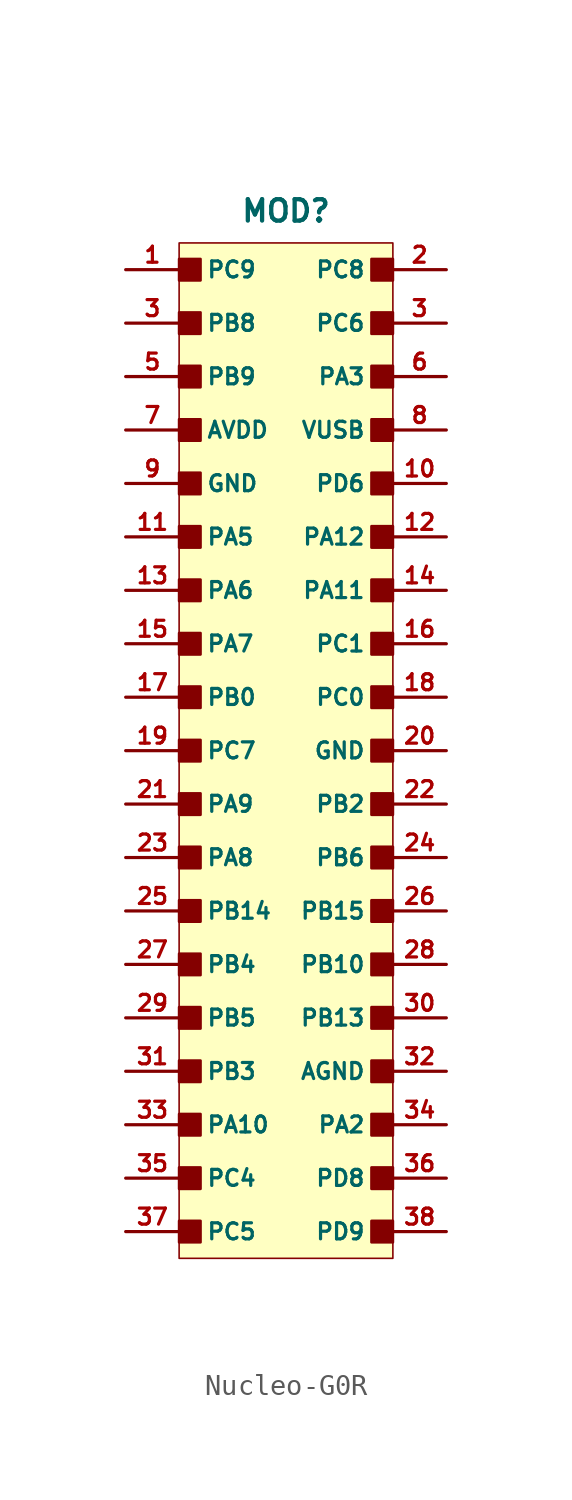
<source format=kicad_sym>
(kicad_symbol_lib
  (version 20220914)
  (generator kicad_symbol_editor)
  (symbol "Nucleo-G0R"
    (pin_names
      (offset 1.27))
    (property "Reference" "MOD"
      (at 0 23.114 0)
      (effects (font (size 1.016 1.016) bold)))
    (symbol "Nucleo-G0R_0_1"
      (rectangle (start -5.08 -24.892) (end -4.064 -25.908) (stroke (width 0.127) (type solid)) (fill (type outline)))
      (rectangle (start -5.08 -22.352) (end -4.064 -23.368) (stroke (width 0.127) (type solid)) (fill (type outline)))
      (rectangle (start -5.08 -19.812) (end -4.064 -20.828) (stroke (width 0.127) (type solid)) (fill (type outline)))
      (rectangle (start -5.08 -17.272) (end -4.064 -18.288) (stroke (width 0.127) (type solid)) (fill (type outline)))
      (rectangle (start -5.08 -14.732) (end -4.064 -15.748) (stroke (width 0.127) (type solid)) (fill (type outline)))
      (rectangle (start -5.08 -12.192) (end -4.064 -13.208) (stroke (width 0.127) (type solid)) (fill (type outline)))
      (rectangle (start -5.08 -9.652) (end -4.064 -10.668) (stroke (width 0.127) (type solid)) (fill (type outline)))
      (rectangle (start -5.08 -7.112) (end -4.064 -8.128) (stroke (width 0.127) (type solid)) (fill (type outline)))
      (rectangle (start -5.08 -4.572) (end -4.064 -5.588) (stroke (width 0.127) (type solid)) (fill (type outline)))
      (rectangle (start -5.08 -2.032) (end -4.064 -3.048) (stroke (width 0.127) (type solid)) (fill (type outline)))
      (rectangle (start -5.08 0.508) (end -4.064 -0.508) (stroke (width 0.127) (type solid)) (fill (type outline)))
      (rectangle (start -5.08 3.048) (end -4.064 2.032) (stroke (width 0.127) (type solid)) (fill (type outline)))
      (rectangle (start -5.08 5.588) (end -4.064 4.572) (stroke (width 0.127) (type solid)) (fill (type outline)))
      (rectangle (start -5.08 8.128) (end -4.064 7.112) (stroke (width 0.127) (type solid)) (fill (type outline)))
      (rectangle (start -5.08 10.668) (end -4.064 9.652) (stroke (width 0.127) (type solid)) (fill (type outline)))
      (rectangle (start -5.08 13.208) (end -4.064 12.192) (stroke (width 0.127) (type solid)) (fill (type outline)))
      (rectangle (start -5.08 15.748) (end -4.064 14.732) (stroke (width 0.127) (type solid)) (fill (type outline)))
      (rectangle (start -5.08 18.288) (end -4.064 17.272) (stroke (width 0.127) (type solid)) (fill (type outline)))
      (rectangle (start -5.08 20.828) (end -4.064 19.812) (stroke (width 0.127) (type solid)) (fill (type outline)))
      (rectangle (start -5.08 21.59) (end 5.08 -26.67) (stroke (width 0.076) (type solid)) (fill (type background)))
      (rectangle (start 4.064 -24.892) (end 5.08 -25.908) (stroke (width 0.127) (type solid)) (fill (type outline)))
      (rectangle (start 4.064 -22.352) (end 5.08 -23.368) (stroke (width 0.127) (type solid)) (fill (type outline)))
      (rectangle (start 4.064 -19.812) (end 5.08 -20.828) (stroke (width 0.127) (type solid)) (fill (type outline)))
      (rectangle (start 4.064 -17.272) (end 5.08 -18.288) (stroke (width 0.127) (type solid)) (fill (type outline)))
      (rectangle (start 4.064 -14.732) (end 5.08 -15.748) (stroke (width 0.127) (type solid)) (fill (type outline)))
      (rectangle (start 4.064 -12.192) (end 5.08 -13.208) (stroke (width 0.127) (type solid)) (fill (type outline)))
      (rectangle (start 4.064 -9.652) (end 5.08 -10.668) (stroke (width 0.127) (type solid)) (fill (type outline)))
      (rectangle (start 4.064 -7.112) (end 5.08 -8.128) (stroke (width 0.127) (type solid)) (fill (type outline)))
      (rectangle (start 4.064 -4.572) (end 5.08 -5.588) (stroke (width 0.127) (type solid)) (fill (type outline)))
      (rectangle (start 4.064 -2.032) (end 5.08 -3.048) (stroke (width 0.127) (type solid)) (fill (type outline)))
      (rectangle (start 4.064 0.508) (end 5.08 -0.508) (stroke (width 0.127) (type solid)) (fill (type outline)))
      (rectangle (start 4.064 3.048) (end 5.08 2.032) (stroke (width 0.127) (type solid)) (fill (type outline)))
      (rectangle (start 4.064 5.588) (end 5.08 4.572) (stroke (width 0.127) (type solid)) (fill (type outline)))
      (rectangle (start 4.064 8.128) (end 5.08 7.112) (stroke (width 0.127) (type solid)) (fill (type outline)))
      (rectangle (start 4.064 10.668) (end 5.08 9.652) (stroke (width 0.127) (type solid)) (fill (type outline)))
      (rectangle (start 4.064 13.208) (end 5.08 12.192) (stroke (width 0.127) (type solid)) (fill (type outline)))
      (rectangle (start 4.064 15.748) (end 5.08 14.732) (stroke (width 0.127) (type solid)) (fill (type outline)))
      (rectangle (start 4.064 18.288) (end 5.08 17.272) (stroke (width 0.127) (type solid)) (fill (type outline)))
      (rectangle (start 4.064 20.828) (end 5.08 19.812) (stroke (width 0.127) (type solid)) (fill (type outline))))
    (symbol "Nucleo-G0R_1_1"
      (pin passive line (at -7.62 20.32 0) (length 2.54) (name "PC9" (effects (font (size 0.762 0.762)))) (number "1" (effects (font (size 0.762 0.762)))))
      (pin passive line (at 7.62 10.16 180) (length 2.54) (name "PD6" (effects (font (size 0.762 0.762)))) (number "10" (effects (font (size 0.762 0.762)))))
      (pin passive line (at -7.62 7.62 0) (length 2.54) (name "PA5" (effects (font (size 0.762 0.762)))) (number "11" (effects (font (size 0.762 0.762)))))
      (pin passive line (at 7.62 7.62 180) (length 2.54) (name "PA12" (effects (font (size 0.762 0.762)))) (number "12" (effects (font (size 0.762 0.762)))))
      (pin passive line (at -7.62 5.08 0) (length 2.54) (name "PA6" (effects (font (size 0.762 0.762)))) (number "13" (effects (font (size 0.762 0.762)))))
      (pin passive line (at 7.62 5.08 180) (length 2.54) (name "PA11" (effects (font (size 0.762 0.762)))) (number "14" (effects (font (size 0.762 0.762)))))
      (pin passive line (at -7.62 2.54 0) (length 2.54) (name "PA7" (effects (font (size 0.762 0.762)))) (number "15" (effects (font (size 0.762 0.762)))))
      (pin passive line (at 7.62 2.54 180) (length 2.54) (name "PC1" (effects (font (size 0.762 0.762)))) (number "16" (effects (font (size 0.762 0.762)))))
      (pin passive line (at -7.62 0 0) (length 2.54) (name "PB0" (effects (font (size 0.762 0.762)))) (number "17" (effects (font (size 0.762 0.762)))))
      (pin passive line (at 7.62 0 180) (length 2.54) (name "PC0" (effects (font (size 0.762 0.762)))) (number "18" (effects (font (size 0.762 0.762)))))
      (pin passive line (at -7.62 -2.54 0) (length 2.54) (name "PC7" (effects (font (size 0.762 0.762)))) (number "19" (effects (font (size 0.762 0.762)))))
      (pin passive line (at 7.62 20.32 180) (length 2.54) (name "PC8" (effects (font (size 0.762 0.762)))) (number "2" (effects (font (size 0.762 0.762)))))
      (pin passive line (at 7.62 -2.54 180) (length 2.54) (name "GND" (effects (font (size 0.762 0.762)))) (number "20" (effects (font (size 0.762 0.762)))))
      (pin passive line (at -7.62 -5.08 0) (length 2.54) (name "PA9" (effects (font (size 0.762 0.762)))) (number "21" (effects (font (size 0.762 0.762)))))
      (pin passive line (at 7.62 -5.08 180) (length 2.54) (name "PB2" (effects (font (size 0.762 0.762)))) (number "22" (effects (font (size 0.762 0.762)))))
      (pin passive line (at -7.62 -7.62 0) (length 2.54) (name "PA8" (effects (font (size 0.762 0.762)))) (number "23" (effects (font (size 0.762 0.762)))))
      (pin passive line (at 7.62 -7.62 180) (length 2.54) (name "PB6" (effects (font (size 0.762 0.762)))) (number "24" (effects (font (size 0.762 0.762)))))
      (pin passive line (at -7.62 -10.16 0) (length 2.54) (name "PB14" (effects (font (size 0.762 0.762)))) (number "25" (effects (font (size 0.762 0.762)))))
      (pin passive line (at 7.62 -10.16 180) (length 2.54) (name "PB15" (effects (font (size 0.762 0.762)))) (number "26" (effects (font (size 0.762 0.762)))))
      (pin passive line (at -7.62 -12.7 0) (length 2.54) (name "PB4" (effects (font (size 0.762 0.762)))) (number "27" (effects (font (size 0.762 0.762)))))
      (pin passive line (at 7.62 -12.7 180) (length 2.54) (name "PB10" (effects (font (size 0.762 0.762)))) (number "28" (effects (font (size 0.762 0.762)))))
      (pin passive line (at -7.62 -15.24 0) (length 2.54) (name "PB5" (effects (font (size 0.762 0.762)))) (number "29" (effects (font (size 0.762 0.762)))))
      (pin passive line (at -7.62 17.78 0) (length 2.54) (name "PB8" (effects (font (size 0.762 0.762)))) (number "3" (effects (font (size 0.762 0.762)))))
      (pin passive line (at 7.62 17.78 180) (length 2.54) (name "PC6" (effects (font (size 0.762 0.762)))) (number "3" (effects (font (size 0.762 0.762)))))
      (pin passive line (at 7.62 -15.24 180) (length 2.54) (name "PB13" (effects (font (size 0.762 0.762)))) (number "30" (effects (font (size 0.762 0.762)))))
      (pin passive line (at -7.62 -17.78 0) (length 2.54) (name "PB3" (effects (font (size 0.762 0.762)))) (number "31" (effects (font (size 0.762 0.762)))))
      (pin passive line (at 7.62 -17.78 180) (length 2.54) (name "AGND" (effects (font (size 0.762 0.762)))) (number "32" (effects (font (size 0.762 0.762)))))
      (pin passive line (at -7.62 -20.32 0) (length 2.54) (name "PA10" (effects (font (size 0.762 0.762)))) (number "33" (effects (font (size 0.762 0.762)))))
      (pin passive line (at 7.62 -20.32 180) (length 2.54) (name "PA2" (effects (font (size 0.762 0.762)))) (number "34" (effects (font (size 0.762 0.762)))))
      (pin passive line (at -7.62 -22.86 0) (length 2.54) (name "PC4" (effects (font (size 0.762 0.762)))) (number "35" (effects (font (size 0.762 0.762)))))
      (pin passive line (at 7.62 -22.86 180) (length 2.54) (name "PD8" (effects (font (size 0.762 0.762)))) (number "36" (effects (font (size 0.762 0.762)))))
      (pin passive line (at -7.62 -25.4 0) (length 2.54) (name "PC5" (effects (font (size 0.762 0.762)))) (number "37" (effects (font (size 0.762 0.762)))))
      (pin passive line (at 7.62 -25.4 180) (length 2.54) (name "PD9" (effects (font (size 0.762 0.762)))) (number "38" (effects (font (size 0.762 0.762)))))
      (pin passive line (at -7.62 15.24 0) (length 2.54) (name "PB9" (effects (font (size 0.762 0.762)))) (number "5" (effects (font (size 0.762 0.762)))))
      (pin passive line (at 7.62 15.24 180) (length 2.54) (name "PA3" (effects (font (size 0.762 0.762)))) (number "6" (effects (font (size 0.762 0.762)))))
      (pin passive line (at -7.62 12.7 0) (length 2.54) (name "AVDD" (effects (font (size 0.762 0.762)))) (number "7" (effects (font (size 0.762 0.762)))))
      (pin passive line (at 7.62 12.7 180) (length 2.54) (name "VUSB" (effects (font (size 0.762 0.762)))) (number "8" (effects (font (size 0.762 0.762)))))
      (pin passive line (at -7.62 10.16 0) (length 2.54) (name "GND" (effects (font (size 0.762 0.762)))) (number "9" (effects (font (size 0.762 0.762))))))))
</source>
